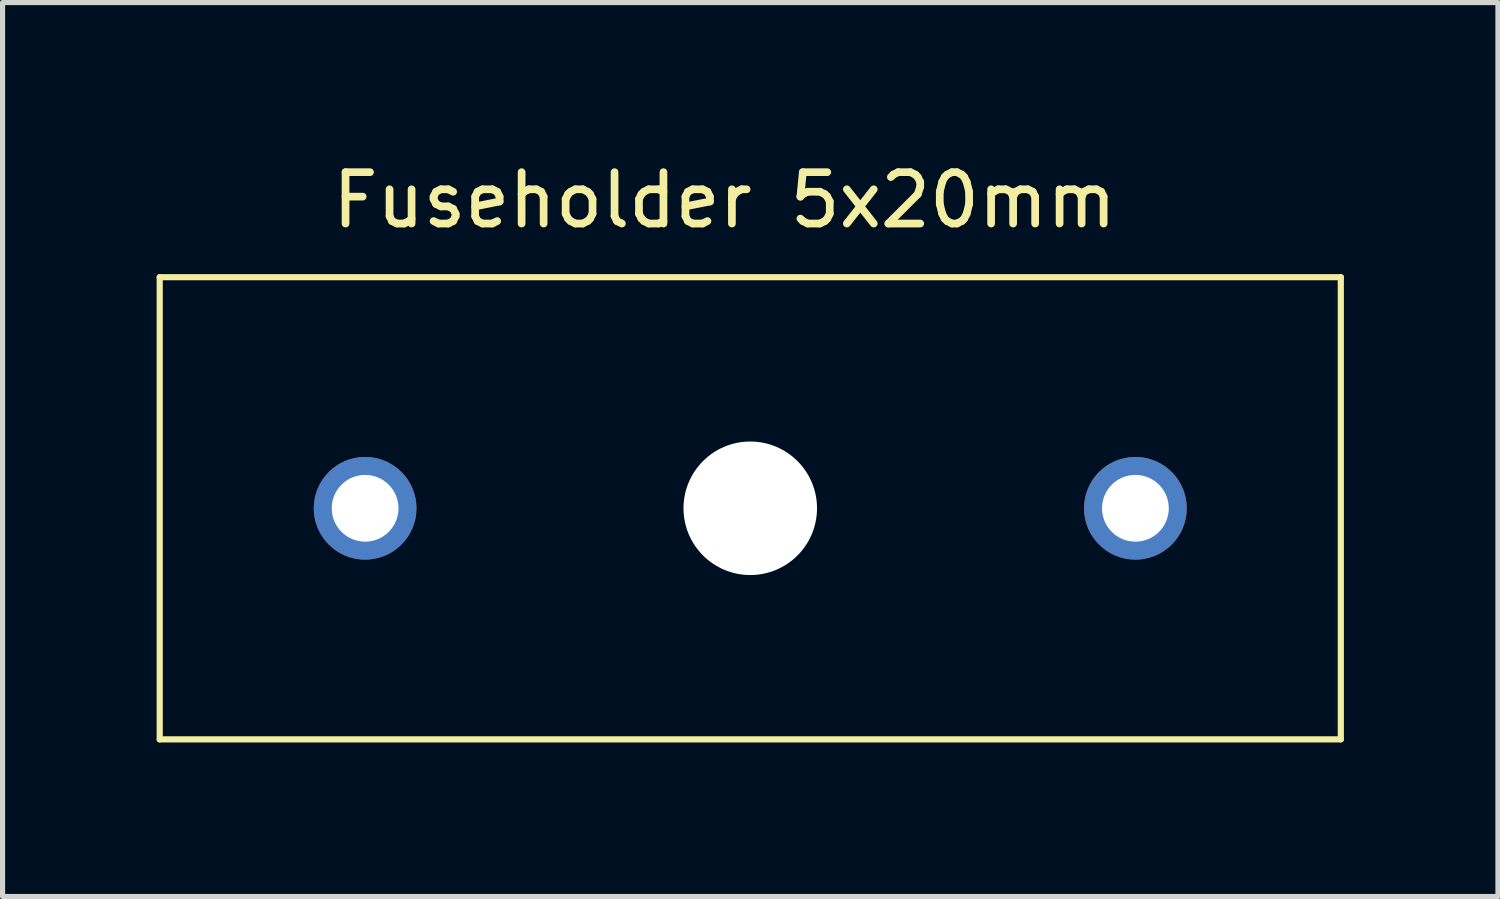
<source format=kicad_pcb>
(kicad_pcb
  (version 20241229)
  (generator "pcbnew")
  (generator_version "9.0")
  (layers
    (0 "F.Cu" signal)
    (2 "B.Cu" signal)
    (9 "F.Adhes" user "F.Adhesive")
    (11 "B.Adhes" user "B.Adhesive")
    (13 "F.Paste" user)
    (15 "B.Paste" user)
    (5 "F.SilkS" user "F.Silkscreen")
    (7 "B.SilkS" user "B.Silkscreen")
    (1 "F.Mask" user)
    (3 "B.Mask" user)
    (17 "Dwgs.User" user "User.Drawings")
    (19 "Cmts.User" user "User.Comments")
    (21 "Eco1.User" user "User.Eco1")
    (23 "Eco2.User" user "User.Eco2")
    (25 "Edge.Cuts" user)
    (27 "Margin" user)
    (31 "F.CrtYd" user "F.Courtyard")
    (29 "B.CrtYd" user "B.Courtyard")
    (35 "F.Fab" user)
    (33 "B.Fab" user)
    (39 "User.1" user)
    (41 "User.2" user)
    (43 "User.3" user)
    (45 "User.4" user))
  (footprint "Fuseholder 5x20mm"
    (layer "F.Cu")
    (at 11.06 0.348)
    (property "Reference" "Fuseholder 5x20mm" (at 0 0.5 0) (layer "F.SilkS") (effects (font (size 1 1) (thickness 0.15))))
    (attr through_hole)
    (fp_line (start -11 2) (end -11 11) (stroke (width 0.12) (type solid)) (layer "F.SilkS"))
    (fp_line (start -11 11) (end 12 11) (stroke (width 0.12) (type solid)) (layer "F.SilkS"))
    (fp_line (start 12 2) (end -11 2) (stroke (width 0.12) (type solid)) (layer "F.SilkS"))
    (fp_line (start 12 11) (end 12 2) (stroke (width 0.12) (type solid)) (layer "F.SilkS"))
    (pad "" np_thru_hole circle (at 0.5 6.5) (size 2.6 2.6) (drill 2.6) (layers "*.Cu" "*.Mask"))
    (pad "1" thru_hole circle (at -7 6.5) (size 2 2) (drill 1.3) (layers "*.Cu" "*.Mask"))
    (pad "2" thru_hole circle (at 8 6.5) (size 2 2) (drill 1.3) (layers "*.Cu" "*.Mask")))
  (gr_rect
    (start -3 -3)
    (end 26.12 14.408)
    (stroke (width 0.1) (type default))
    (fill no)
    (layer "Edge.Cuts")))
</source>
